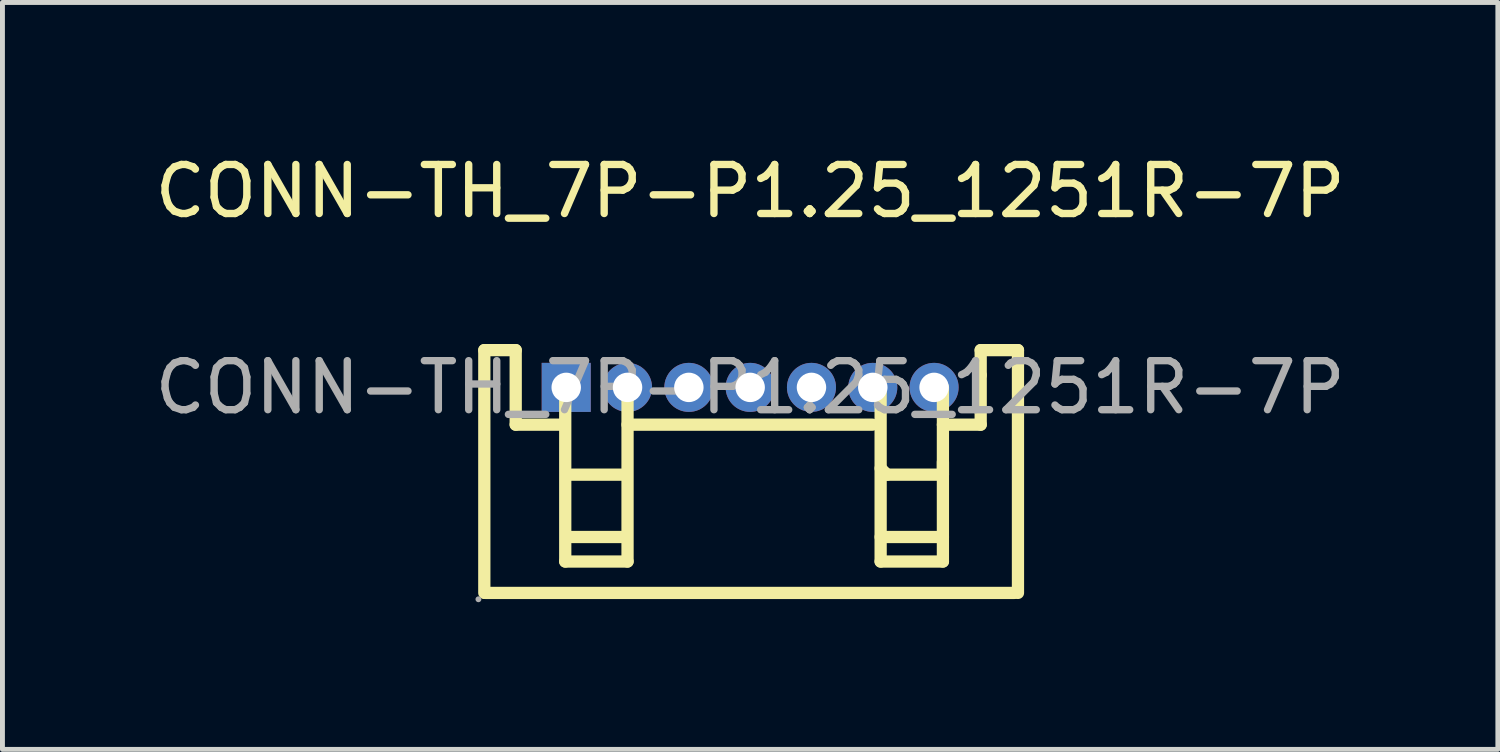
<source format=kicad_pcb>
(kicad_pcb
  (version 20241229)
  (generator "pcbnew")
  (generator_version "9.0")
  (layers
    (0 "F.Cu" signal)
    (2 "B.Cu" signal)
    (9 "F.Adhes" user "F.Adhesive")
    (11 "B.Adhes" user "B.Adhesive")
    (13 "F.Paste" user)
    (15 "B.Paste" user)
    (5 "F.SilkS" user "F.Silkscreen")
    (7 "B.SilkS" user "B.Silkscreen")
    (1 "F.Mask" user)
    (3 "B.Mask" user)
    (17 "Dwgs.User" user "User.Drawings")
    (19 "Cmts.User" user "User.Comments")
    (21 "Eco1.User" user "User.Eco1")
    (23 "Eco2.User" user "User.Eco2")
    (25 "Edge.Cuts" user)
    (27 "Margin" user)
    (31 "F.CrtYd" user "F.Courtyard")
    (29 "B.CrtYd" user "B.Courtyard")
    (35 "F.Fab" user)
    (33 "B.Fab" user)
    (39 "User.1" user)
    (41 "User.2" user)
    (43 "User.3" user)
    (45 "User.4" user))
  (footprint "CONN-TH_7P-P1.25_1251R-7P"
    (layer "F.Cu")
    (at 12.244 4.848)
    (property "Reference" "CONN-TH_7P-P1.25_1251R-7P" (at 0 -4 0) (layer "F.SilkS") (effects (font (size 1 1) (thickness 0.15))))
    (attr through_hole)
    (fp_line (start -5.42 -0.76) (end -5.42 4.19) (stroke (width 0.25) (type solid)) (layer "F.SilkS"))
    (fp_line (start -5.42 -0.76) (end -4.78 -0.76) (stroke (width 0.25) (type solid)) (layer "F.SilkS"))
    (fp_line (start -5.4 4.19) (end 5.39 4.19) (stroke (width 0.25) (type solid)) (layer "F.SilkS"))
    (fp_line (start -4.78 -0.76) (end -4.78 0.76) (stroke (width 0.25) (type solid)) (layer "F.SilkS"))
    (fp_line (start -4.78 0.76) (end -3.89 0.76) (stroke (width 0.25) (type solid)) (layer "F.SilkS"))
    (fp_line (start -3.77 0) (end -3.77 3.55) (stroke (width 0.25) (type solid)) (layer "F.SilkS"))
    (fp_line (start -3.77 3.55) (end -2.5 3.55) (stroke (width 0.25) (type solid)) (layer "F.SilkS"))
    (fp_line (start -3.64 1.78) (end -2.62 1.78) (stroke (width 0.25) (type solid)) (layer "F.SilkS"))
    (fp_line (start -3.64 3.05) (end -2.62 3.05) (stroke (width 0.25) (type solid)) (layer "F.SilkS"))
    (fp_line (start -2.5 0.76) (end 2.49 0.76) (stroke (width 0.25) (type solid)) (layer "F.SilkS"))
    (fp_line (start -2.5 3.55) (end -2.5 0) (stroke (width 0.25) (type solid)) (layer "F.SilkS"))
    (fp_line (start 2.66 0) (end 2.66 3.55) (stroke (width 0.25) (type solid)) (layer "F.SilkS"))
    (fp_line (start 2.66 3.05) (end 3.93 3.05) (stroke (width 0.25) (type solid)) (layer "F.SilkS"))
    (fp_line (start 2.66 3.55) (end 3.93 3.55) (stroke (width 0.25) (type solid)) (layer "F.SilkS"))
    (fp_line (start 2.79 1.78) (end 2.66 1.65) (stroke (width 0.25) (type solid)) (layer "F.SilkS"))
    (fp_line (start 3.93 0.76) (end 4.7 0.76) (stroke (width 0.25) (type solid)) (layer "F.SilkS"))
    (fp_line (start 3.93 1.52) (end 3.93 1.78) (stroke (width 0.25) (type solid)) (layer "F.SilkS"))
    (fp_line (start 3.93 1.78) (end 2.79 1.78) (stroke (width 0.25) (type solid)) (layer "F.SilkS"))
    (fp_line (start 3.93 3.55) (end 3.93 0) (stroke (width 0.25) (type solid)) (layer "F.SilkS"))
    (fp_line (start 4.7 -0.76) (end 5.46 -0.76) (stroke (width 0.25) (type solid)) (layer "F.SilkS"))
    (fp_line (start 4.7 -0.25) (end 4.7 -0.76) (stroke (width 0.25) (type solid)) (layer "F.SilkS"))
    (fp_line (start 4.7 -0.25) (end 4.7 0.76) (stroke (width 0.25) (type solid)) (layer "F.SilkS"))
    (fp_line (start 5.46 -0.76) (end 5.46 4.19) (stroke (width 0.25) (type solid)) (layer "F.SilkS"))
    (fp_circle (center -5.54 4.32) (end -5.51 4.32) (stroke (width 0.06) (type solid)) (fill no) (layer "F.Fab"))
    (fp_circle (center -3.75 0) (end -3.65 0) (stroke (width 0.2) (type solid)) (fill no) (layer "F.Fab"))
    (fp_circle (center -2.5 0) (end -2.4 0) (stroke (width 0.2) (type solid)) (fill no) (layer "F.Fab"))
    (fp_circle (center -1.25 0) (end -1.15 0) (stroke (width 0.2) (type solid)) (fill no) (layer "F.Fab"))
    (fp_circle (center 0 0) (end 0.1 0) (stroke (width 0.2) (type solid)) (fill no) (layer "F.Fab"))
    (fp_circle (center 1.25 0) (end 1.35 0) (stroke (width 0.2) (type solid)) (fill no) (layer "F.Fab"))
    (fp_circle (center 2.5 0) (end 2.6 0) (stroke (width 0.2) (type solid)) (fill no) (layer "F.Fab"))
    (fp_circle (center 3.75 0) (end 3.85 0) (stroke (width 0.2) (type solid)) (fill no) (layer "F.Fab"))
    (fp_text user "${REFERENCE}" (at 0 0 0) (layer "F.Fab") (effects (font (size 1 1) (thickness 0.15))))
    (pad "1" thru_hole rect (at -3.75 0) (size 1 1) (drill 0.6) (layers "*.Cu" "*.Mask"))
    (pad "2" thru_hole circle (at -2.5 0) (size 1 1) (drill 0.6) (layers "*.Cu" "*.Mask"))
    (pad "3" thru_hole circle (at -1.25 0) (size 1 1) (drill 0.6) (layers "*.Cu" "*.Mask"))
    (pad "4" thru_hole circle (at 0 0) (size 1 1) (drill 0.6) (layers "*.Cu" "*.Mask"))
    (pad "5" thru_hole circle (at 1.25 0) (size 1 1) (drill 0.6) (layers "*.Cu" "*.Mask"))
    (pad "6" thru_hole circle (at 2.5 0) (size 1 1) (drill 0.6) (layers "*.Cu" "*.Mask"))
    (pad "7" thru_hole circle (at 3.75 0) (size 1 1) (drill 0.6) (layers "*.Cu" "*.Mask")))
  (gr_rect
    (start -3 -3)
    (end 27.488 12.228)
    (stroke (width 0.1) (type default))
    (fill no)
    (layer "Edge.Cuts")))
</source>
